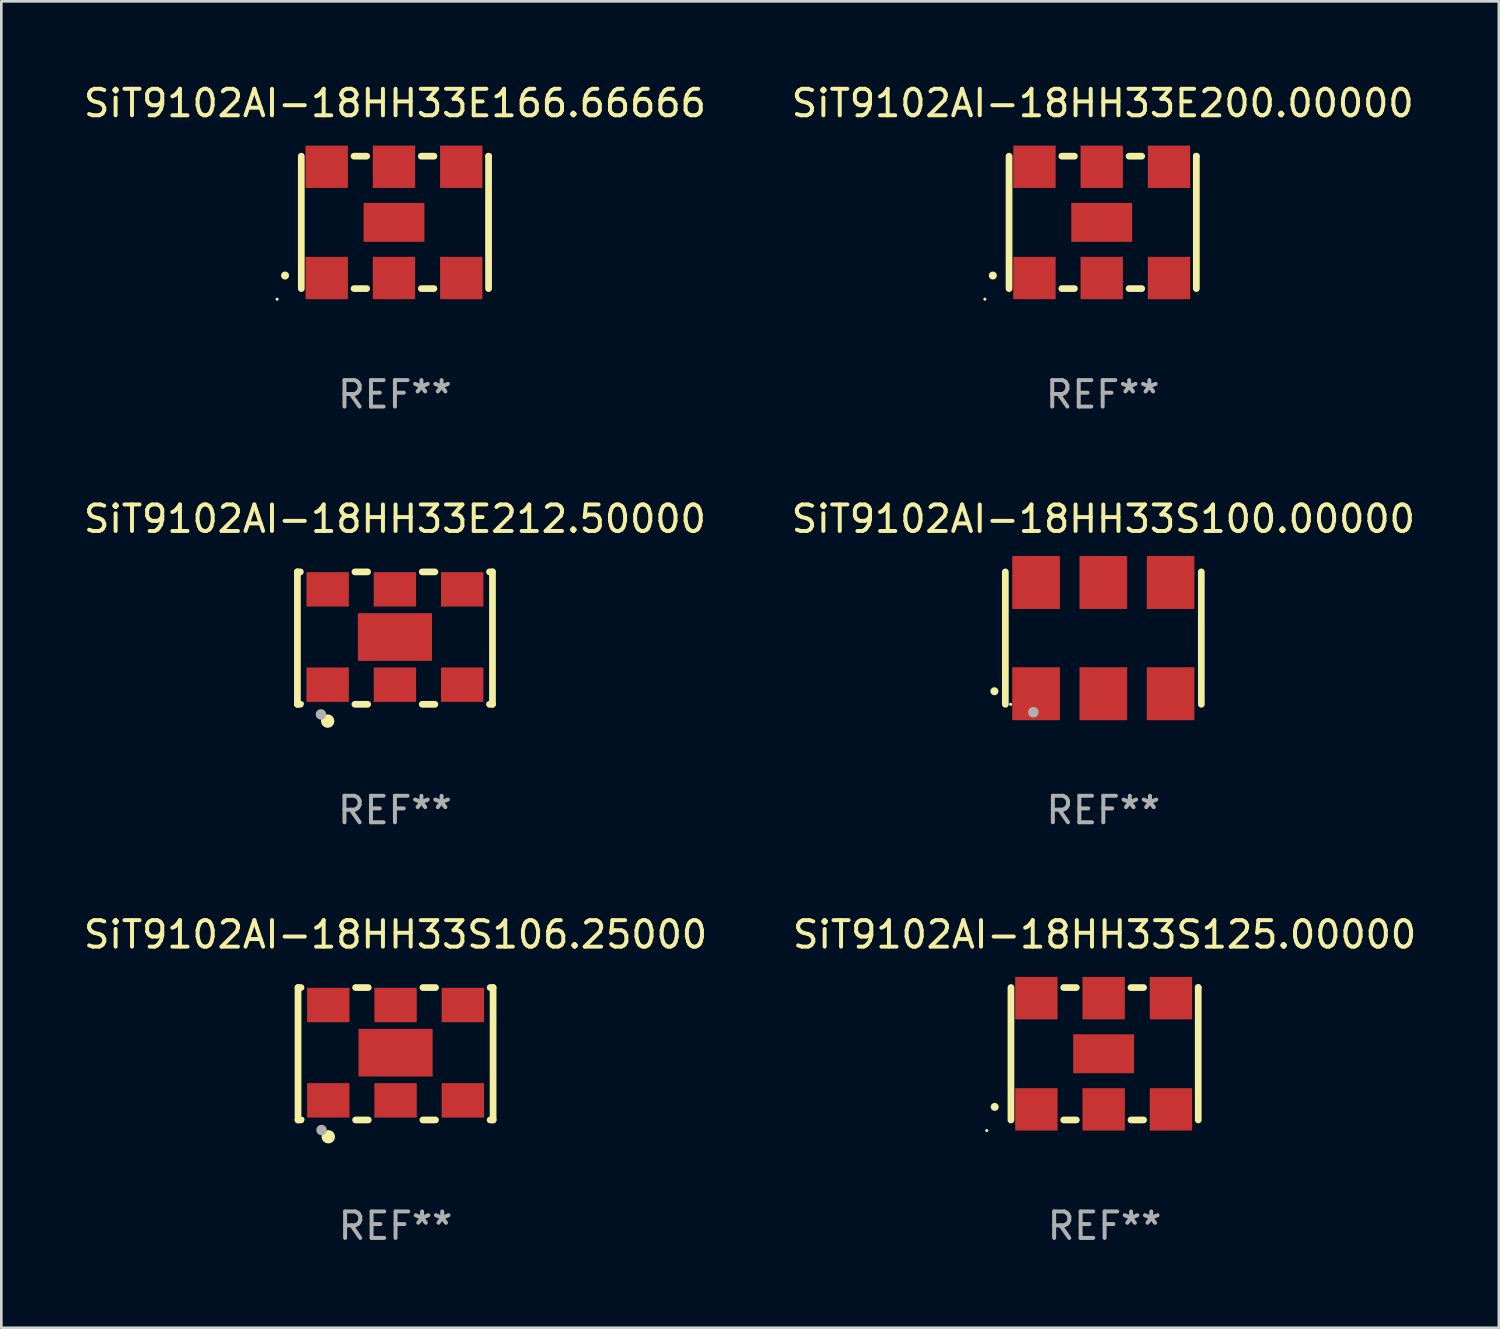
<source format=kicad_pcb>
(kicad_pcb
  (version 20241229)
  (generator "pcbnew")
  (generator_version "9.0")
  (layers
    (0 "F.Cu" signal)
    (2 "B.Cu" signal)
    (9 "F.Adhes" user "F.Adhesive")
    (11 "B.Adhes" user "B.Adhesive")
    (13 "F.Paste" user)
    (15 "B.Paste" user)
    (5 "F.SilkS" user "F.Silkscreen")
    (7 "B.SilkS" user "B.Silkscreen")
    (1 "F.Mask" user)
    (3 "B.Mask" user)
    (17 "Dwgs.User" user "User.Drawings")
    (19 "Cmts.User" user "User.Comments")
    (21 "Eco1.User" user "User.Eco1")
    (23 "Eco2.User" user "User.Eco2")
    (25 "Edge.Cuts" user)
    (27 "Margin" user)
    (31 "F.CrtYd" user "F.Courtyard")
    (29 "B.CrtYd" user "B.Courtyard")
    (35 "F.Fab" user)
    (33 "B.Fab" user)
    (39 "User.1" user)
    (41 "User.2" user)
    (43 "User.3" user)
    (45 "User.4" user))
  (footprint "SiT9102AI-18HH33S106.25000"
    (layer "F.Cu")
    (at 11.887 36.741)
    (property "Reference" "SiT9102AI-18HH33S106.25000" (at 0 -4.5 0) (layer "F.SilkS") (effects (font (size 1 1) (thickness 0.15))))
    (attr through_hole)
    (fp_line (start -3.683 -2.5) (end -3.571 -2.5) (stroke (width 0.254) (type solid)) (layer "F.SilkS"))
    (fp_line (start -3.683 2.5) (end -3.683 -2.5) (stroke (width 0.254) (type solid)) (layer "F.SilkS"))
    (fp_line (start -3.683 2.5) (end -3.571 2.5) (stroke (width 0.254) (type solid)) (layer "F.SilkS"))
    (fp_line (start -1.509 -2.5) (end -1.031 -2.5) (stroke (width 0.254) (type solid)) (layer "F.SilkS"))
    (fp_line (start -1.509 2.5) (end -1.031 2.5) (stroke (width 0.254) (type solid)) (layer "F.SilkS"))
    (fp_line (start 1.031 -2.5) (end 1.509 -2.5) (stroke (width 0.254) (type solid)) (layer "F.SilkS"))
    (fp_line (start 1.031 2.5) (end 1.509 2.5) (stroke (width 0.254) (type solid)) (layer "F.SilkS"))
    (fp_line (start 3.571 -2.5) (end 3.683 -2.5) (stroke (width 0.254) (type solid)) (layer "F.SilkS"))
    (fp_line (start 3.571 2.5) (end 3.683 2.5) (stroke (width 0.254) (type solid)) (layer "F.SilkS"))
    (fp_line (start 3.683 2.5) (end 3.683 -2.5) (stroke (width 0.254) (type solid)) (layer "F.SilkS"))
    (fp_circle (center -3.5 2.46) (end -3.47 2.46) (stroke (width 0.06) (type solid)) (fill no) (layer "F.SilkS"))
    (fp_circle (center -2.54 3.135) (end -2.413 3.135) (stroke (width 0.254) (type solid)) (fill no) (layer "F.SilkS"))
    (fp_circle (center -2.794 2.881) (end -2.694 2.881) (stroke (width 0.2) (type solid)) (fill no) (layer "F.Fab"))
    (fp_text user "REF**" (at 0 6.5 0) (layer "F.Fab") (effects (font (size 1 1) (thickness 0.15))))
    (pad "1" smd rect (at -2.54 1.76) (size 1.6 1.3) (layers "F.Cu" "F.Mask" "F.Paste"))
    (pad "2" smd rect (at 0 1.76) (size 1.6 1.3) (layers "F.Cu" "F.Mask" "F.Paste"))
    (pad "3" smd rect (at 2.54 1.76) (size 1.6 1.3) (layers "F.Cu" "F.Mask" "F.Paste"))
    (pad "4" smd rect (at 2.54 -1.84) (size 1.6 1.3) (layers "F.Cu" "F.Mask" "F.Paste"))
    (pad "5" smd rect (at 0 -1.84) (size 1.6 1.3) (layers "F.Cu" "F.Mask" "F.Paste"))
    (pad "6" smd rect (at -2.54 -1.84) (size 1.6 1.3) (layers "F.Cu" "F.Mask" "F.Paste"))
    (pad "7" smd rect (at 0 -0.04) (size 2.8 1.8) (layers "F.Cu" "F.Mask" "F.Paste")))
  (footprint "SiT9102AI-18HH33S125.00000"
    (layer "F.Cu")
    (at 38.661 36.741)
    (property "Reference" "SiT9102AI-18HH33S125.00000" (at 0 -4.5 0) (layer "F.SilkS") (effects (font (size 1 1) (thickness 0.15))))
    (attr through_hole)
    (fp_line (start -3.536 -2.5) (end -3.536 2.5) (stroke (width 0.254) (type solid)) (layer "F.SilkS"))
    (fp_line (start -1.544 2.5) (end -1.067 2.5) (stroke (width 0.254) (type solid)) (layer "F.SilkS"))
    (fp_line (start -1.067 -2.5) (end -1.544 -2.5) (stroke (width 0.254) (type solid)) (layer "F.SilkS"))
    (fp_line (start 0.996 2.5) (end 1.473 2.5) (stroke (width 0.254) (type solid)) (layer "F.SilkS"))
    (fp_line (start 1.473 -2.5) (end 0.996 -2.5) (stroke (width 0.254) (type solid)) (layer "F.SilkS"))
    (fp_line (start 3.536 -2.5) (end 3.536 -2.5) (stroke (width 0.254) (type solid)) (layer "F.SilkS"))
    (fp_line (start 3.536 2.5) (end 3.536 -2.5) (stroke (width 0.254) (type solid)) (layer "F.SilkS"))
    (fp_arc (start -4.150432 2.006604) (mid -4.149162 2.006599) (end -4.147892 2.006604) (stroke (width 0.3) (type solid)) (layer "F.SilkS"))
    (fp_circle (center -4.449 2.9) (end -4.419 2.9) (stroke (width 0.06) (type solid)) (fill no) (layer "F.SilkS"))
    (fp_text user "REF**" (at 0 6.5 0) (layer "F.Fab") (effects (font (size 1 1) (thickness 0.15))))
    (pad "1" smd rect (at -2.576 2.1) (size 1.6 1.6) (layers "F.Cu" "F.Mask" "F.Paste"))
    (pad "2" smd rect (at -0.036 2.1) (size 1.6 1.6) (layers "F.Cu" "F.Mask" "F.Paste"))
    (pad "3" smd rect (at 2.504 2.1) (size 1.6 1.6) (layers "F.Cu" "F.Mask" "F.Paste"))
    (pad "4" smd rect (at 2.504 -2.1) (size 1.6 1.6) (layers "F.Cu" "F.Mask" "F.Paste"))
    (pad "5" smd rect (at -0.036 -2.1) (size 1.6 1.6) (layers "F.Cu" "F.Mask" "F.Paste"))
    (pad "6" smd rect (at -2.576 -2.1) (size 1.6 1.6) (layers "F.Cu" "F.Mask" "F.Paste"))
    (pad "7" smd rect (at -0.036 0) (size 2.3 1.47) (layers "F.Cu" "F.Mask" "F.Paste")))
  (footprint "SiT9102AI-18HH33S100.00000"
    (layer "F.Cu")
    (at 38.613 21.045)
    (property "Reference" "SiT9102AI-18HH33S100.00000" (at 0 -4.5 0) (layer "F.SilkS") (effects (font (size 1 1) (thickness 0.15))))
    (attr through_hole)
    (fp_line (start -3.7 -2.5) (end -3.7 2.5) (stroke (width 0.254) (type solid)) (layer "F.SilkS"))
    (fp_line (start 3.7 -2.5) (end 3.7 2.5) (stroke (width 0.254) (type solid)) (layer "F.SilkS"))
    (fp_arc (start -4.114415 2.006604) (mid -4.113145 2.006599) (end -4.111875 2.006604) (stroke (width 0.3) (type solid)) (layer "F.SilkS"))
    (fp_circle (center -3.5 2.501) (end -3.47 2.501) (stroke (width 0.06) (type solid)) (fill no) (layer "F.SilkS"))
    (fp_circle (center -2.641 2.799) (end -2.541 2.799) (stroke (width 0.2) (type solid)) (fill no) (layer "F.Fab"))
    (fp_text user "REF**" (at 0 6.5 0) (layer "F.Fab") (effects (font (size 1 1) (thickness 0.15))))
    (pad "1" smd rect (at -2.54 2.1) (size 1.8 2) (layers "F.Cu" "F.Mask" "F.Paste"))
    (pad "2" smd rect (at 0.000394 2.1) (size 1.8 2) (layers "F.Cu" "F.Mask" "F.Paste"))
    (pad "3" smd rect (at 2.54 2.1) (size 1.8 2) (layers "F.Cu" "F.Mask" "F.Paste"))
    (pad "4" smd rect (at 2.54 -2.1) (size 1.8 2) (layers "F.Cu" "F.Mask" "F.Paste"))
    (pad "5" smd rect (at 0.000394 -2.1) (size 1.8 2) (layers "F.Cu" "F.Mask" "F.Paste"))
    (pad "6" smd rect (at -2.54 -2.1) (size 1.8 2) (layers "F.Cu" "F.Mask" "F.Paste")))
  (footprint "SiT9102AI-18HH33E200.00000"
    (layer "F.Cu")
    (at 38.589 5.348)
    (property "Reference" "SiT9102AI-18HH33E200.00000" (at 0 -4.5 0) (layer "F.SilkS") (effects (font (size 1 1) (thickness 0.15))))
    (attr through_hole)
    (fp_line (start -3.536 -2.5) (end -3.536 2.5) (stroke (width 0.254) (type solid)) (layer "F.SilkS"))
    (fp_line (start -1.544 2.5) (end -1.067 2.5) (stroke (width 0.254) (type solid)) (layer "F.SilkS"))
    (fp_line (start -1.067 -2.5) (end -1.544 -2.5) (stroke (width 0.254) (type solid)) (layer "F.SilkS"))
    (fp_line (start 0.996 2.5) (end 1.473 2.5) (stroke (width 0.254) (type solid)) (layer "F.SilkS"))
    (fp_line (start 1.473 -2.5) (end 0.996 -2.5) (stroke (width 0.254) (type solid)) (layer "F.SilkS"))
    (fp_line (start 3.536 -2.5) (end 3.536 -2.5) (stroke (width 0.254) (type solid)) (layer "F.SilkS"))
    (fp_line (start 3.536 2.5) (end 3.536 -2.5) (stroke (width 0.254) (type solid)) (layer "F.SilkS"))
    (fp_arc (start -4.150432 2.006604) (mid -4.149162 2.006599) (end -4.147892 2.006604) (stroke (width 0.3) (type solid)) (layer "F.SilkS"))
    (fp_circle (center -4.449 2.9) (end -4.419 2.9) (stroke (width 0.06) (type solid)) (fill no) (layer "F.SilkS"))
    (fp_text user "REF**" (at 0 6.5 0) (layer "F.Fab") (effects (font (size 1 1) (thickness 0.15))))
    (pad "1" smd rect (at -2.576 2.1) (size 1.6 1.6) (layers "F.Cu" "F.Mask" "F.Paste"))
    (pad "2" smd rect (at -0.036 2.1) (size 1.6 1.6) (layers "F.Cu" "F.Mask" "F.Paste"))
    (pad "3" smd rect (at 2.504 2.1) (size 1.6 1.6) (layers "F.Cu" "F.Mask" "F.Paste"))
    (pad "4" smd rect (at 2.504 -2.1) (size 1.6 1.6) (layers "F.Cu" "F.Mask" "F.Paste"))
    (pad "5" smd rect (at -0.036 -2.1) (size 1.6 1.6) (layers "F.Cu" "F.Mask" "F.Paste"))
    (pad "6" smd rect (at -2.576 -2.1) (size 1.6 1.6) (layers "F.Cu" "F.Mask" "F.Paste"))
    (pad "7" smd rect (at -0.036 0) (size 2.3 1.47) (layers "F.Cu" "F.Mask" "F.Paste")))
  (footprint "SiT9102AI-18HH33E212.50000"
    (layer "F.Cu")
    (at 11.863 21.045)
    (property "Reference" "SiT9102AI-18HH33E212.50000" (at 0 -4.5 0) (layer "F.SilkS") (effects (font (size 1 1) (thickness 0.15))))
    (attr through_hole)
    (fp_line (start -3.683 -2.5) (end -3.571 -2.5) (stroke (width 0.254) (type solid)) (layer "F.SilkS"))
    (fp_line (start -3.683 2.5) (end -3.683 -2.5) (stroke (width 0.254) (type solid)) (layer "F.SilkS"))
    (fp_line (start -3.683 2.5) (end -3.571 2.5) (stroke (width 0.254) (type solid)) (layer "F.SilkS"))
    (fp_line (start -1.509 -2.5) (end -1.031 -2.5) (stroke (width 0.254) (type solid)) (layer "F.SilkS"))
    (fp_line (start -1.509 2.5) (end -1.031 2.5) (stroke (width 0.254) (type solid)) (layer "F.SilkS"))
    (fp_line (start 1.031 -2.5) (end 1.509 -2.5) (stroke (width 0.254) (type solid)) (layer "F.SilkS"))
    (fp_line (start 1.031 2.5) (end 1.509 2.5) (stroke (width 0.254) (type solid)) (layer "F.SilkS"))
    (fp_line (start 3.571 -2.5) (end 3.683 -2.5) (stroke (width 0.254) (type solid)) (layer "F.SilkS"))
    (fp_line (start 3.571 2.5) (end 3.683 2.5) (stroke (width 0.254) (type solid)) (layer "F.SilkS"))
    (fp_line (start 3.683 2.5) (end 3.683 -2.5) (stroke (width 0.254) (type solid)) (layer "F.SilkS"))
    (fp_circle (center -3.5 2.46) (end -3.47 2.46) (stroke (width 0.06) (type solid)) (fill no) (layer "F.SilkS"))
    (fp_circle (center -2.54 3.135) (end -2.413 3.135) (stroke (width 0.254) (type solid)) (fill no) (layer "F.SilkS"))
    (fp_circle (center -2.794 2.881) (end -2.694 2.881) (stroke (width 0.2) (type solid)) (fill no) (layer "F.Fab"))
    (fp_text user "REF**" (at 0 6.5 0) (layer "F.Fab") (effects (font (size 1 1) (thickness 0.15))))
    (pad "1" smd rect (at -2.54 1.76) (size 1.6 1.3) (layers "F.Cu" "F.Mask" "F.Paste"))
    (pad "2" smd rect (at 0 1.76) (size 1.6 1.3) (layers "F.Cu" "F.Mask" "F.Paste"))
    (pad "3" smd rect (at 2.54 1.76) (size 1.6 1.3) (layers "F.Cu" "F.Mask" "F.Paste"))
    (pad "4" smd rect (at 2.54 -1.84) (size 1.6 1.3) (layers "F.Cu" "F.Mask" "F.Paste"))
    (pad "5" smd rect (at 0 -1.84) (size 1.6 1.3) (layers "F.Cu" "F.Mask" "F.Paste"))
    (pad "6" smd rect (at -2.54 -1.84) (size 1.6 1.3) (layers "F.Cu" "F.Mask" "F.Paste"))
    (pad "7" smd rect (at 0 -0.04) (size 2.8 1.8) (layers "F.Cu" "F.Mask" "F.Paste")))
  (footprint "SiT9102AI-18HH33E166.66666"
    (layer "F.Cu")
    (at 11.863 5.348)
    (property "Reference" "SiT9102AI-18HH33E166.66666" (at 0 -4.5 0) (layer "F.SilkS") (effects (font (size 1 1) (thickness 0.15))))
    (attr through_hole)
    (fp_line (start -3.536 -2.5) (end -3.536 2.5) (stroke (width 0.254) (type solid)) (layer "F.SilkS"))
    (fp_line (start -1.544 2.5) (end -1.067 2.5) (stroke (width 0.254) (type solid)) (layer "F.SilkS"))
    (fp_line (start -1.067 -2.5) (end -1.544 -2.5) (stroke (width 0.254) (type solid)) (layer "F.SilkS"))
    (fp_line (start 0.996 2.5) (end 1.473 2.5) (stroke (width 0.254) (type solid)) (layer "F.SilkS"))
    (fp_line (start 1.473 -2.5) (end 0.996 -2.5) (stroke (width 0.254) (type solid)) (layer "F.SilkS"))
    (fp_line (start 3.536 -2.5) (end 3.536 -2.5) (stroke (width 0.254) (type solid)) (layer "F.SilkS"))
    (fp_line (start 3.536 2.5) (end 3.536 -2.5) (stroke (width 0.254) (type solid)) (layer "F.SilkS"))
    (fp_arc (start -4.150432 2.006604) (mid -4.149162 2.006599) (end -4.147892 2.006604) (stroke (width 0.3) (type solid)) (layer "F.SilkS"))
    (fp_circle (center -4.449 2.9) (end -4.419 2.9) (stroke (width 0.06) (type solid)) (fill no) (layer "F.SilkS"))
    (fp_text user "REF**" (at 0 6.5 0) (layer "F.Fab") (effects (font (size 1 1) (thickness 0.15))))
    (pad "1" smd rect (at -2.576 2.1) (size 1.6 1.6) (layers "F.Cu" "F.Mask" "F.Paste"))
    (pad "2" smd rect (at -0.036 2.1) (size 1.6 1.6) (layers "F.Cu" "F.Mask" "F.Paste"))
    (pad "3" smd rect (at 2.504 2.1) (size 1.6 1.6) (layers "F.Cu" "F.Mask" "F.Paste"))
    (pad "4" smd rect (at 2.504 -2.1) (size 1.6 1.6) (layers "F.Cu" "F.Mask" "F.Paste"))
    (pad "5" smd rect (at -0.036 -2.1) (size 1.6 1.6) (layers "F.Cu" "F.Mask" "F.Paste"))
    (pad "6" smd rect (at -2.576 -2.1) (size 1.6 1.6) (layers "F.Cu" "F.Mask" "F.Paste"))
    (pad "7" smd rect (at -0.036 0) (size 2.3 1.47) (layers "F.Cu" "F.Mask" "F.Paste")))
  (gr_rect
    (start -3 -3)
    (end 53.548 47.09)
    (stroke (width 0.1) (type default))
    (fill no)
    (layer "Edge.Cuts")))
</source>
